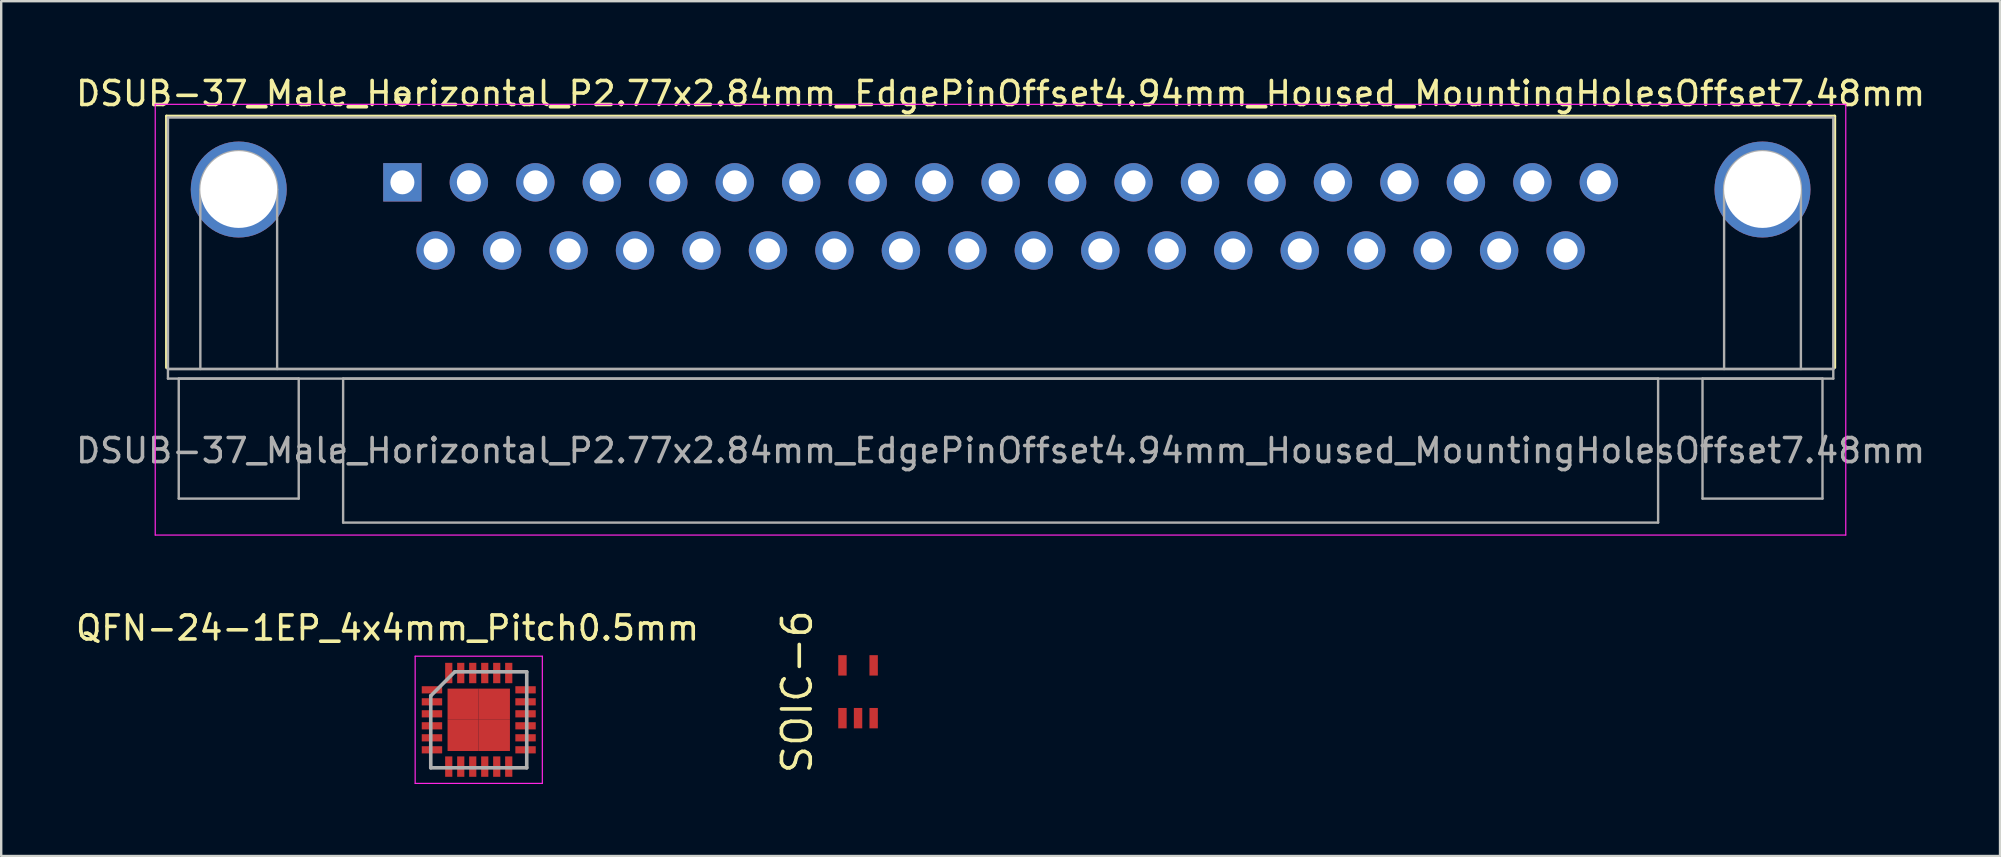
<source format=kicad_pcb>
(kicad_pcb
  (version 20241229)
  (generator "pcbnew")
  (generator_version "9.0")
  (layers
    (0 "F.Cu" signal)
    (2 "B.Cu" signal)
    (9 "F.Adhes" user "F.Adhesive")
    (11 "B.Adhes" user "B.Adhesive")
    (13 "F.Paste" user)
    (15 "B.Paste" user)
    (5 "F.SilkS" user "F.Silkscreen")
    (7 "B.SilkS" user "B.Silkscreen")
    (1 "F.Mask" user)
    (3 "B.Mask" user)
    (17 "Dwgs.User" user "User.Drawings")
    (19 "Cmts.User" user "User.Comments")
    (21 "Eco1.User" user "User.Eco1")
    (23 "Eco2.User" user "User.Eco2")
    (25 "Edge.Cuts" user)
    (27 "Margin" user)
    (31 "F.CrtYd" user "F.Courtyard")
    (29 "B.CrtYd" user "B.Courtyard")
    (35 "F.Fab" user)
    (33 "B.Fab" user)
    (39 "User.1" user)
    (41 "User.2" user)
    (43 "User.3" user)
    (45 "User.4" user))
  (footprint "DSUB-37_Male_Horizontal_P2.77x2.84mm_EdgePinOffset4.94mm_Housed_MountingHolesOffset7.48mm"
    (layer "F.Cu")
    (at 13.719 4.548)
    (property "Reference" "DSUB-37_Male_Horizontal_P2.77x2.84mm_EdgePinOffset4.94mm_Housed_MountingHolesOffset7.48mm" (at 24.93 -3.7 0) (layer "F.SilkS") (effects (font (size 1 1) (thickness 0.15))))
    (attr through_hole)
    (fp_line (start -9.83 -2.76) (end 59.69 -2.76) (stroke (width 0.12) (type solid)) (layer "F.SilkS"))
    (fp_line (start -9.83 7.72) (end -9.83 -2.76) (stroke (width 0.12) (type solid)) (layer "F.SilkS"))
    (fp_line (start -0.25 -3.654) (end 0.25 -3.654) (stroke (width 0.12) (type solid)) (layer "F.SilkS"))
    (fp_line (start 0 -3.221) (end -0.25 -3.654) (stroke (width 0.12) (type solid)) (layer "F.SilkS"))
    (fp_line (start 0.25 -3.654) (end 0 -3.221) (stroke (width 0.12) (type solid)) (layer "F.SilkS"))
    (fp_line (start 59.69 -2.76) (end 59.69 7.72) (stroke (width 0.12) (type solid)) (layer "F.SilkS"))
    (fp_line (start -10.3 -3.25) (end -10.3 14.7) (stroke (width 0.05) (type solid)) (layer "F.CrtYd"))
    (fp_line (start -10.3 14.7) (end 60.15 14.7) (stroke (width 0.05) (type solid)) (layer "F.CrtYd"))
    (fp_line (start 60.15 -3.25) (end -10.3 -3.25) (stroke (width 0.05) (type solid)) (layer "F.CrtYd"))
    (fp_line (start 60.15 14.7) (end 60.15 -3.25) (stroke (width 0.05) (type solid)) (layer "F.CrtYd"))
    (fp_line (start -9.77 -2.7) (end -9.77 7.78) (stroke (width 0.1) (type solid)) (layer "F.Fab"))
    (fp_line (start -9.77 7.78) (end -9.77 8.18) (stroke (width 0.1) (type solid)) (layer "F.Fab"))
    (fp_line (start -9.77 7.78) (end 59.63 7.78) (stroke (width 0.1) (type solid)) (layer "F.Fab"))
    (fp_line (start -9.77 8.18) (end 59.63 8.18) (stroke (width 0.1) (type solid)) (layer "F.Fab"))
    (fp_line (start -9.32 8.18) (end -9.32 13.18) (stroke (width 0.1) (type solid)) (layer "F.Fab"))
    (fp_line (start -9.32 13.18) (end -4.32 13.18) (stroke (width 0.1) (type solid)) (layer "F.Fab"))
    (fp_line (start -8.42 7.78) (end -8.42 0.3) (stroke (width 0.1) (type solid)) (layer "F.Fab"))
    (fp_line (start -5.22 7.78) (end -5.22 0.3) (stroke (width 0.1) (type solid)) (layer "F.Fab"))
    (fp_line (start -4.32 8.18) (end -9.32 8.18) (stroke (width 0.1) (type solid)) (layer "F.Fab"))
    (fp_line (start -4.32 13.18) (end -4.32 8.18) (stroke (width 0.1) (type solid)) (layer "F.Fab"))
    (fp_line (start -2.47 8.18) (end -2.47 14.18) (stroke (width 0.1) (type solid)) (layer "F.Fab"))
    (fp_line (start -2.47 14.18) (end 52.33 14.18) (stroke (width 0.1) (type solid)) (layer "F.Fab"))
    (fp_line (start 52.33 8.18) (end -2.47 8.18) (stroke (width 0.1) (type solid)) (layer "F.Fab"))
    (fp_line (start 52.33 14.18) (end 52.33 8.18) (stroke (width 0.1) (type solid)) (layer "F.Fab"))
    (fp_line (start 54.18 8.18) (end 54.18 13.18) (stroke (width 0.1) (type solid)) (layer "F.Fab"))
    (fp_line (start 54.18 13.18) (end 59.18 13.18) (stroke (width 0.1) (type solid)) (layer "F.Fab"))
    (fp_line (start 55.08 7.78) (end 55.08 0.3) (stroke (width 0.1) (type solid)) (layer "F.Fab"))
    (fp_line (start 58.28 7.78) (end 58.28 0.3) (stroke (width 0.1) (type solid)) (layer "F.Fab"))
    (fp_line (start 59.18 8.18) (end 54.18 8.18) (stroke (width 0.1) (type solid)) (layer "F.Fab"))
    (fp_line (start 59.18 13.18) (end 59.18 8.18) (stroke (width 0.1) (type solid)) (layer "F.Fab"))
    (fp_line (start 59.63 -2.7) (end -9.77 -2.7) (stroke (width 0.1) (type solid)) (layer "F.Fab"))
    (fp_line (start 59.63 7.78) (end -9.77 7.78) (stroke (width 0.1) (type solid)) (layer "F.Fab"))
    (fp_line (start 59.63 7.78) (end 59.63 -2.7) (stroke (width 0.1) (type solid)) (layer "F.Fab"))
    (fp_line (start 59.63 8.18) (end 59.63 7.78) (stroke (width 0.1) (type solid)) (layer "F.Fab"))
    (fp_arc (start -8.42 0.3) (mid -6.82 -1.3) (end -5.22 0.3) (stroke (width 0.1) (type solid)) (layer "F.Fab"))
    (fp_arc (start 55.08 0.3) (mid 56.68 -1.3) (end 58.28 0.3) (stroke (width 0.1) (type solid)) (layer "F.Fab"))
    (fp_text user "${REFERENCE}" (at 24.93 11.18 0) (layer "F.Fab") (effects (font (size 1 1) (thickness 0.15))))
    (pad "0" thru_hole circle (at -6.82 0.3) (size 4 4) (drill 3.2) (layers "*.Cu" "*.Mask"))
    (pad "0" thru_hole circle (at 56.68 0.3) (size 4 4) (drill 3.2) (layers "*.Cu" "*.Mask"))
    (pad "1" thru_hole rect (at 0 0) (size 1.6 1.6) (drill 1) (layers "*.Cu" "*.Mask"))
    (pad "2" thru_hole circle (at 2.77 0) (size 1.6 1.6) (drill 1) (layers "*.Cu" "*.Mask"))
    (pad "3" thru_hole circle (at 5.54 0) (size 1.6 1.6) (drill 1) (layers "*.Cu" "*.Mask"))
    (pad "4" thru_hole circle (at 8.31 0) (size 1.6 1.6) (drill 1) (layers "*.Cu" "*.Mask"))
    (pad "5" thru_hole circle (at 11.08 0) (size 1.6 1.6) (drill 1) (layers "*.Cu" "*.Mask"))
    (pad "6" thru_hole circle (at 13.85 0) (size 1.6 1.6) (drill 1) (layers "*.Cu" "*.Mask"))
    (pad "7" thru_hole circle (at 16.62 0) (size 1.6 1.6) (drill 1) (layers "*.Cu" "*.Mask"))
    (pad "8" thru_hole circle (at 19.39 0) (size 1.6 1.6) (drill 1) (layers "*.Cu" "*.Mask"))
    (pad "9" thru_hole circle (at 22.16 0) (size 1.6 1.6) (drill 1) (layers "*.Cu" "*.Mask"))
    (pad "10" thru_hole circle (at 24.93 0) (size 1.6 1.6) (drill 1) (layers "*.Cu" "*.Mask"))
    (pad "11" thru_hole circle (at 27.7 0) (size 1.6 1.6) (drill 1) (layers "*.Cu" "*.Mask"))
    (pad "12" thru_hole circle (at 30.47 0) (size 1.6 1.6) (drill 1) (layers "*.Cu" "*.Mask"))
    (pad "13" thru_hole circle (at 33.24 0) (size 1.6 1.6) (drill 1) (layers "*.Cu" "*.Mask"))
    (pad "14" thru_hole circle (at 36.01 0) (size 1.6 1.6) (drill 1) (layers "*.Cu" "*.Mask"))
    (pad "15" thru_hole circle (at 38.78 0) (size 1.6 1.6) (drill 1) (layers "*.Cu" "*.Mask"))
    (pad "16" thru_hole circle (at 41.55 0) (size 1.6 1.6) (drill 1) (layers "*.Cu" "*.Mask"))
    (pad "17" thru_hole circle (at 44.32 0) (size 1.6 1.6) (drill 1) (layers "*.Cu" "*.Mask"))
    (pad "18" thru_hole circle (at 47.09 0) (size 1.6 1.6) (drill 1) (layers "*.Cu" "*.Mask"))
    (pad "19" thru_hole circle (at 49.86 0) (size 1.6 1.6) (drill 1) (layers "*.Cu" "*.Mask"))
    (pad "20" thru_hole circle (at 1.385 2.84) (size 1.6 1.6) (drill 1) (layers "*.Cu" "*.Mask"))
    (pad "21" thru_hole circle (at 4.155 2.84) (size 1.6 1.6) (drill 1) (layers "*.Cu" "*.Mask"))
    (pad "22" thru_hole circle (at 6.925 2.84) (size 1.6 1.6) (drill 1) (layers "*.Cu" "*.Mask"))
    (pad "23" thru_hole circle (at 9.695 2.84) (size 1.6 1.6) (drill 1) (layers "*.Cu" "*.Mask"))
    (pad "24" thru_hole circle (at 12.465 2.84) (size 1.6 1.6) (drill 1) (layers "*.Cu" "*.Mask"))
    (pad "25" thru_hole circle (at 15.235 2.84) (size 1.6 1.6) (drill 1) (layers "*.Cu" "*.Mask"))
    (pad "26" thru_hole circle (at 18.005 2.84) (size 1.6 1.6) (drill 1) (layers "*.Cu" "*.Mask"))
    (pad "27" thru_hole circle (at 20.775 2.84) (size 1.6 1.6) (drill 1) (layers "*.Cu" "*.Mask"))
    (pad "28" thru_hole circle (at 23.545 2.84) (size 1.6 1.6) (drill 1) (layers "*.Cu" "*.Mask"))
    (pad "29" thru_hole circle (at 26.315 2.84) (size 1.6 1.6) (drill 1) (layers "*.Cu" "*.Mask"))
    (pad "30" thru_hole circle (at 29.085 2.84) (size 1.6 1.6) (drill 1) (layers "*.Cu" "*.Mask"))
    (pad "31" thru_hole circle (at 31.855 2.84) (size 1.6 1.6) (drill 1) (layers "*.Cu" "*.Mask"))
    (pad "32" thru_hole circle (at 34.625 2.84) (size 1.6 1.6) (drill 1) (layers "*.Cu" "*.Mask"))
    (pad "33" thru_hole circle (at 37.395 2.84) (size 1.6 1.6) (drill 1) (layers "*.Cu" "*.Mask"))
    (pad "34" thru_hole circle (at 40.165 2.84) (size 1.6 1.6) (drill 1) (layers "*.Cu" "*.Mask"))
    (pad "35" thru_hole circle (at 42.935 2.84) (size 1.6 1.6) (drill 1) (layers "*.Cu" "*.Mask"))
    (pad "36" thru_hole circle (at 45.705 2.84) (size 1.6 1.6) (drill 1) (layers "*.Cu" "*.Mask"))
    (pad "37" thru_hole circle (at 48.475 2.84) (size 1.6 1.6) (drill 1) (layers "*.Cu" "*.Mask")))
  (footprint "SOIC-6"
    (layer "F.Cu")
    (at 32.708 25.778)
    (property "Reference" "SOIC-6" (at -2.54 0 90) (layer "F.SilkS") (effects (font (size 1.2 1.2) (thickness 0.15))))
    (attr through_hole)
    (pad "1" smd rect (at -0.65 1.1) (size 0.35 0.85) (layers "F.Cu" "F.Mask" "F.Paste"))
    (pad "2" smd rect (at 0 1.1) (size 0.35 0.85) (layers "F.Cu" "F.Mask" "F.Paste"))
    (pad "3" smd rect (at 0.65 1.1) (size 0.35 0.85) (layers "F.Cu" "F.Mask" "F.Paste"))
    (pad "4" smd rect (at 0.65 -1.1) (size 0.35 0.85) (layers "F.Cu" "F.Mask" "F.Paste"))
    (pad "5" smd rect (at -0.65 -1.1) (size 0.35 0.85) (layers "F.Cu" "F.Mask" "F.Paste")))
  (footprint "QFN-24-1EP_4x4mm_Pitch0.5mm"
    (layer "F.Cu")
    (at 16.901 26.947)
    (property "Reference" "QFN-24-1EP_4x4mm_Pitch0.5mm" (at -3.8 -3.825 0) (layer "F.SilkS") (effects (font (size 1 1) (thickness 0.15))))
    (attr smd)
    (fp_line (start -2.65 -2.65) (end -2.65 2.65) (stroke (width 0.05) (type solid)) (layer "F.CrtYd"))
    (fp_line (start -2.65 -2.65) (end 2.65 -2.65) (stroke (width 0.05) (type solid)) (layer "F.CrtYd"))
    (fp_line (start -2.65 2.65) (end 2.65 2.65) (stroke (width 0.05) (type solid)) (layer "F.CrtYd"))
    (fp_line (start 2.65 -2.65) (end 2.65 2.65) (stroke (width 0.05) (type solid)) (layer "F.CrtYd"))
    (fp_line (start -2 -1) (end -1 -2) (stroke (width 0.15) (type solid)) (layer "F.Fab"))
    (fp_line (start -2 2) (end -2 -1) (stroke (width 0.15) (type solid)) (layer "F.Fab"))
    (fp_line (start -1 -2) (end 2 -2) (stroke (width 0.15) (type solid)) (layer "F.Fab"))
    (fp_line (start 2 -2) (end 2 2) (stroke (width 0.15) (type solid)) (layer "F.Fab"))
    (fp_line (start 2 2) (end -2 2) (stroke (width 0.15) (type solid)) (layer "F.Fab"))
    (pad "1" smd rect (at -1.95 -1.25) (size 0.85 0.3) (layers "F.Cu" "F.Mask" "F.Paste"))
    (pad "2" smd rect (at -1.95 -0.75) (size 0.85 0.3) (layers "F.Cu" "F.Mask" "F.Paste"))
    (pad "3" smd rect (at -1.95 -0.25) (size 0.85 0.3) (layers "F.Cu" "F.Mask" "F.Paste"))
    (pad "4" smd rect (at -1.95 0.25) (size 0.85 0.3) (layers "F.Cu" "F.Mask" "F.Paste"))
    (pad "5" smd rect (at -1.95 0.75) (size 0.85 0.3) (layers "F.Cu" "F.Mask" "F.Paste"))
    (pad "6" smd rect (at -1.95 1.25) (size 0.85 0.3) (layers "F.Cu" "F.Mask" "F.Paste"))
    (pad "7" smd rect (at -1.25 1.95 90) (size 0.85 0.3) (layers "F.Cu" "F.Mask" "F.Paste"))
    (pad "8" smd rect (at -0.75 1.95 90) (size 0.85 0.3) (layers "F.Cu" "F.Mask" "F.Paste"))
    (pad "9" smd rect (at -0.25 1.95 90) (size 0.85 0.3) (layers "F.Cu" "F.Mask" "F.Paste"))
    (pad "10" smd rect (at 0.25 1.95 90) (size 0.85 0.3) (layers "F.Cu" "F.Mask" "F.Paste"))
    (pad "11" smd rect (at 0.75 1.95 90) (size 0.85 0.3) (layers "F.Cu" "F.Mask" "F.Paste"))
    (pad "12" smd rect (at 1.25 1.95 90) (size 0.85 0.3) (layers "F.Cu" "F.Mask" "F.Paste"))
    (pad "13" smd rect (at 1.95 1.25) (size 0.85 0.3) (layers "F.Cu" "F.Mask" "F.Paste"))
    (pad "14" smd rect (at 1.95 0.75) (size 0.85 0.3) (layers "F.Cu" "F.Mask" "F.Paste"))
    (pad "15" smd rect (at 1.95 0.25) (size 0.85 0.3) (layers "F.Cu" "F.Mask" "F.Paste"))
    (pad "16" smd rect (at 1.95 -0.25) (size 0.85 0.3) (layers "F.Cu" "F.Mask" "F.Paste"))
    (pad "17" smd rect (at 1.95 -0.75) (size 0.85 0.3) (layers "F.Cu" "F.Mask" "F.Paste"))
    (pad "18" smd rect (at 1.95 -1.25) (size 0.85 0.3) (layers "F.Cu" "F.Mask" "F.Paste"))
    (pad "19" smd rect (at 1.25 -1.95 90) (size 0.85 0.3) (layers "F.Cu" "F.Mask" "F.Paste"))
    (pad "20" smd rect (at 0.75 -1.95 90) (size 0.85 0.3) (layers "F.Cu" "F.Mask" "F.Paste"))
    (pad "21" smd rect (at 0.25 -1.95 90) (size 0.85 0.3) (layers "F.Cu" "F.Mask" "F.Paste"))
    (pad "22" smd rect (at -0.25 -1.95 90) (size 0.85 0.3) (layers "F.Cu" "F.Mask" "F.Paste"))
    (pad "23" smd rect (at -0.75 -1.95 90) (size 0.85 0.3) (layers "F.Cu" "F.Mask" "F.Paste"))
    (pad "24" smd rect (at -1.25 -1.95 90) (size 0.85 0.3) (layers "F.Cu" "F.Mask" "F.Paste"))
    (pad "25" smd rect (at -0.65 -0.65) (size 1.3 1.3) (layers "F.Cu" "F.Mask" "F.Paste"))
    (pad "25" smd rect (at -0.65 0.65) (size 1.3 1.3) (layers "F.Cu" "F.Mask" "F.Paste"))
    (pad "25" smd rect (at 0.65 -0.65) (size 1.3 1.3) (layers "F.Cu" "F.Mask" "F.Paste"))
    (pad "25" smd rect (at 0.65 0.65) (size 1.3 1.3) (layers "F.Cu" "F.Mask" "F.Paste")))
  (gr_rect
    (start -3 -3)
    (end 80.298 32.621)
    (stroke (width 0.1) (type default))
    (fill no)
    (layer "Edge.Cuts")))
</source>
